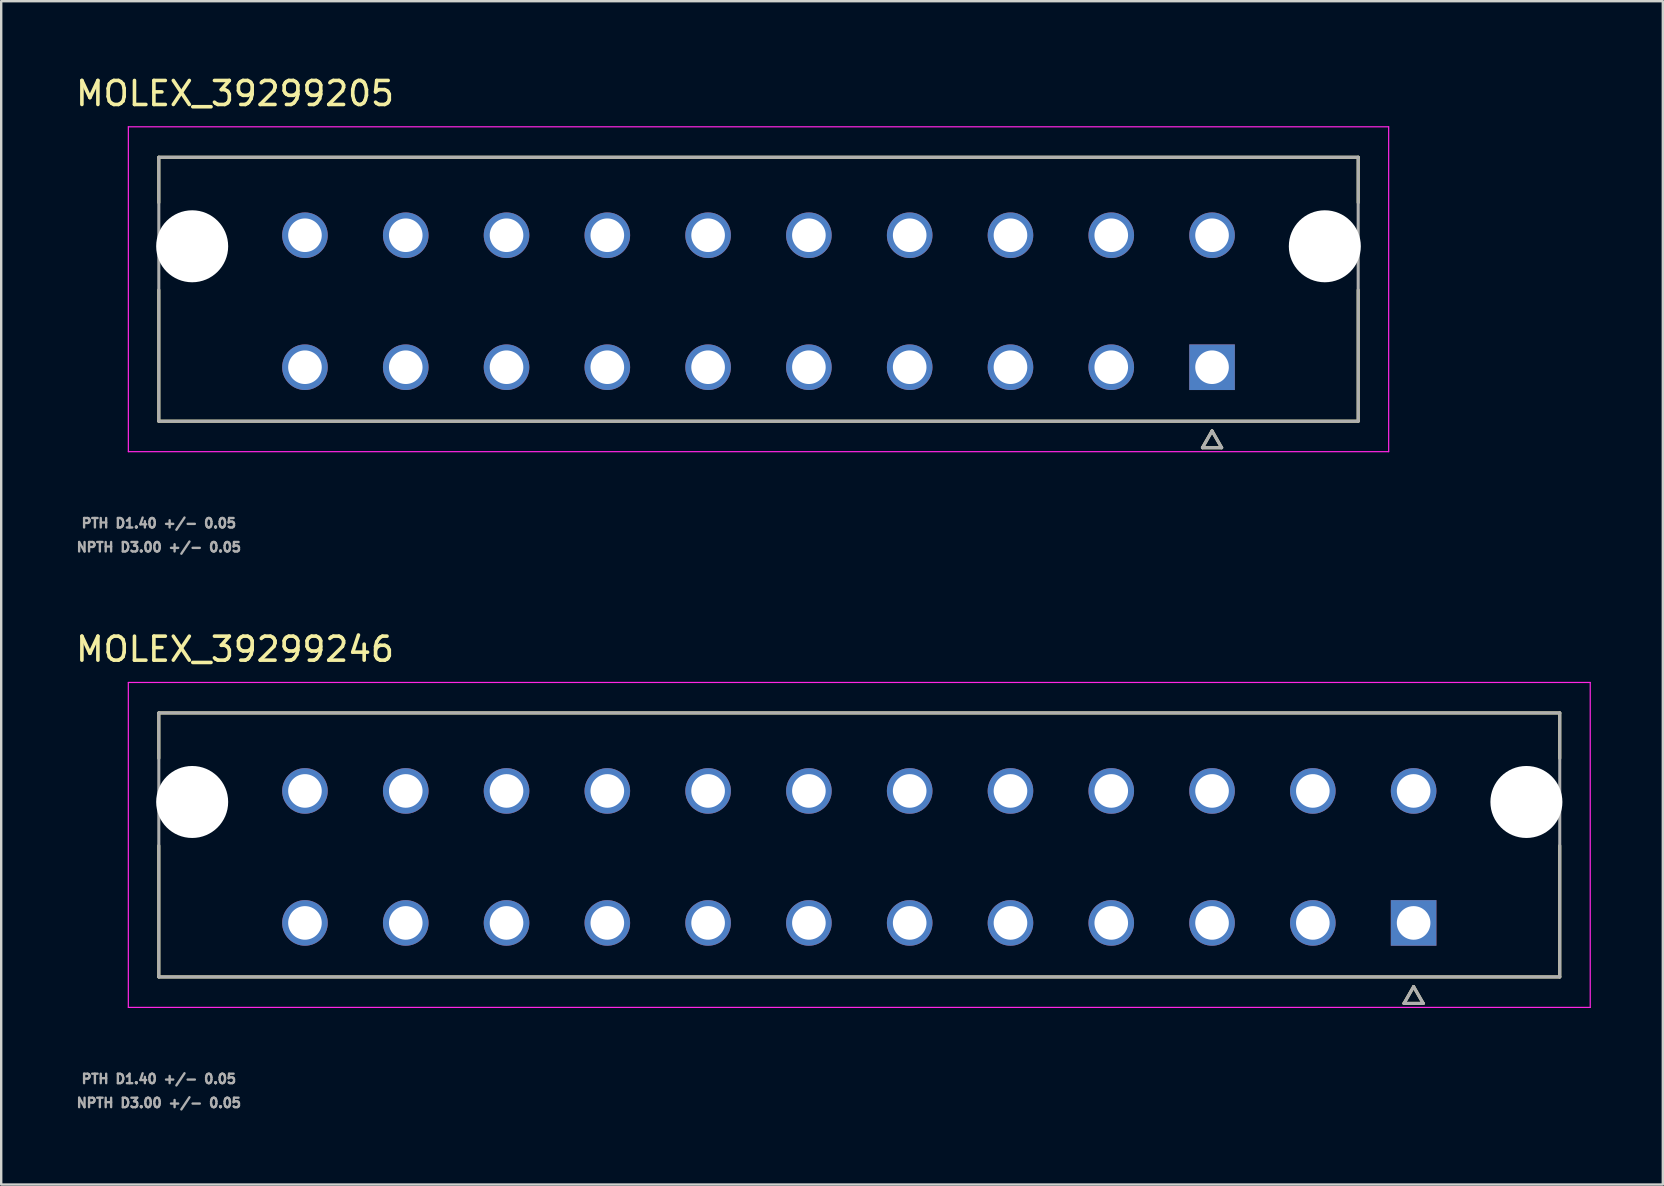
<source format=kicad_pcb>
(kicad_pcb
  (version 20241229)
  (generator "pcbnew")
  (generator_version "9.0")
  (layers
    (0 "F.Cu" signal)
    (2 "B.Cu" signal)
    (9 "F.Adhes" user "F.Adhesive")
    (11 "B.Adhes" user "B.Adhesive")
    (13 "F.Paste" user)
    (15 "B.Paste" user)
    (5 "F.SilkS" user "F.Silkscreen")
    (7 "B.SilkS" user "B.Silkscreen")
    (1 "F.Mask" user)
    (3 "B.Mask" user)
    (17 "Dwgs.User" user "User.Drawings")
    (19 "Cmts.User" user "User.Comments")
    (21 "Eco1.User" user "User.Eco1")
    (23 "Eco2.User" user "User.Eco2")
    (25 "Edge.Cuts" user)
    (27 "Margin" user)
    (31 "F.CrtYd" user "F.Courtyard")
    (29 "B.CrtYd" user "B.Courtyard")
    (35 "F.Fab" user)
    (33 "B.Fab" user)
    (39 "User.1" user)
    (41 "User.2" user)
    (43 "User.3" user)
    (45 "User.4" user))
  (footprint "MOLEX_39299246"
    (layer "F.Cu")
    (at 55.858 35.41)
    (property "Reference" "MOLEX_39299246" (at -49.114 -11.405 0) (layer "F.SilkS") (effects (font (size 1 1) (thickness 0.15))))
    (attr through_hole)
    (fp_circle (center -50.9 -5.04) (end -50.112 -5.04) (stroke (width 1.576) (type solid)) (fill no) (layer "F.Mask"))
    (fp_circle (center -46.2 -5.5) (end -45.687 -5.5) (stroke (width 1.026) (type solid)) (fill no) (layer "F.Mask"))
    (fp_circle (center -46.2 0) (end -45.687 0) (stroke (width 1.026) (type solid)) (fill no) (layer "F.Mask"))
    (fp_circle (center -42 -5.5) (end -41.487 -5.5) (stroke (width 1.026) (type solid)) (fill no) (layer "F.Mask"))
    (fp_circle (center -42 0) (end -41.487 0) (stroke (width 1.026) (type solid)) (fill no) (layer "F.Mask"))
    (fp_circle (center -37.8 -5.5) (end -37.287 -5.5) (stroke (width 1.026) (type solid)) (fill no) (layer "F.Mask"))
    (fp_circle (center -37.8 0) (end -37.287 0) (stroke (width 1.026) (type solid)) (fill no) (layer "F.Mask"))
    (fp_circle (center -33.6 -5.5) (end -33.087 -5.5) (stroke (width 1.026) (type solid)) (fill no) (layer "F.Mask"))
    (fp_circle (center -33.6 0) (end -33.087 0) (stroke (width 1.026) (type solid)) (fill no) (layer "F.Mask"))
    (fp_circle (center -29.4 -5.5) (end -28.887 -5.5) (stroke (width 1.026) (type solid)) (fill no) (layer "F.Mask"))
    (fp_circle (center -29.4 0) (end -28.887 0) (stroke (width 1.026) (type solid)) (fill no) (layer "F.Mask"))
    (fp_circle (center -25.2 -5.5) (end -24.687 -5.5) (stroke (width 1.026) (type solid)) (fill no) (layer "F.Mask"))
    (fp_circle (center -25.2 0) (end -24.687 0) (stroke (width 1.026) (type solid)) (fill no) (layer "F.Mask"))
    (fp_circle (center -21 -5.5) (end -20.487 -5.5) (stroke (width 1.026) (type solid)) (fill no) (layer "F.Mask"))
    (fp_circle (center -21 0) (end -20.487 0) (stroke (width 1.026) (type solid)) (fill no) (layer "F.Mask"))
    (fp_circle (center -16.8 -5.5) (end -16.287 -5.5) (stroke (width 1.026) (type solid)) (fill no) (layer "F.Mask"))
    (fp_circle (center -16.8 0) (end -16.287 0) (stroke (width 1.026) (type solid)) (fill no) (layer "F.Mask"))
    (fp_circle (center -12.6 -5.5) (end -12.087 -5.5) (stroke (width 1.026) (type solid)) (fill no) (layer "F.Mask"))
    (fp_circle (center -12.6 0) (end -12.087 0) (stroke (width 1.026) (type solid)) (fill no) (layer "F.Mask"))
    (fp_circle (center -8.4 -5.5) (end -7.887 -5.5) (stroke (width 1.026) (type solid)) (fill no) (layer "F.Mask"))
    (fp_circle (center -8.4 0) (end -7.887 0) (stroke (width 1.026) (type solid)) (fill no) (layer "F.Mask"))
    (fp_circle (center -4.2 -5.5) (end -3.687 -5.5) (stroke (width 1.026) (type solid)) (fill no) (layer "F.Mask"))
    (fp_circle (center -4.2 0) (end -3.687 0) (stroke (width 1.026) (type solid)) (fill no) (layer "F.Mask"))
    (fp_circle (center 0 -5.5) (end 0.513 -5.5) (stroke (width 1.026) (type solid)) (fill no) (layer "F.Mask"))
    (fp_circle (center 4.7 -5.04) (end 5.488 -5.04) (stroke (width 1.576) (type solid)) (fill no) (layer "F.Mask"))
    (fp_poly (pts (xy -1.026 -1.026) (xy 1.026 -1.026) (xy 1.026 1.026) (xy -1.026 1.026)) (stroke (width 0.01) (type solid)) (fill yes) (layer "F.Mask"))
    (fp_circle (center -50.9 -5.04) (end -50.112 -5.04) (stroke (width 1.576) (type solid)) (fill no) (layer "B.Mask"))
    (fp_circle (center -46.2 -5.5) (end -45.687 -5.5) (stroke (width 1.026) (type solid)) (fill no) (layer "B.Mask"))
    (fp_circle (center -46.2 0) (end -45.687 0) (stroke (width 1.026) (type solid)) (fill no) (layer "B.Mask"))
    (fp_circle (center -42 -5.5) (end -41.487 -5.5) (stroke (width 1.026) (type solid)) (fill no) (layer "B.Mask"))
    (fp_circle (center -42 0) (end -41.487 0) (stroke (width 1.026) (type solid)) (fill no) (layer "B.Mask"))
    (fp_circle (center -37.8 -5.5) (end -37.287 -5.5) (stroke (width 1.026) (type solid)) (fill no) (layer "B.Mask"))
    (fp_circle (center -37.8 0) (end -37.287 0) (stroke (width 1.026) (type solid)) (fill no) (layer "B.Mask"))
    (fp_circle (center -33.6 -5.5) (end -33.087 -5.5) (stroke (width 1.026) (type solid)) (fill no) (layer "B.Mask"))
    (fp_circle (center -33.6 0) (end -33.087 0) (stroke (width 1.026) (type solid)) (fill no) (layer "B.Mask"))
    (fp_circle (center -29.4 -5.5) (end -28.887 -5.5) (stroke (width 1.026) (type solid)) (fill no) (layer "B.Mask"))
    (fp_circle (center -29.4 0) (end -28.887 0) (stroke (width 1.026) (type solid)) (fill no) (layer "B.Mask"))
    (fp_circle (center -25.2 -5.5) (end -24.687 -5.5) (stroke (width 1.026) (type solid)) (fill no) (layer "B.Mask"))
    (fp_circle (center -25.2 0) (end -24.687 0) (stroke (width 1.026) (type solid)) (fill no) (layer "B.Mask"))
    (fp_circle (center -21 -5.5) (end -20.487 -5.5) (stroke (width 1.026) (type solid)) (fill no) (layer "B.Mask"))
    (fp_circle (center -21 0) (end -20.487 0) (stroke (width 1.026) (type solid)) (fill no) (layer "B.Mask"))
    (fp_circle (center -16.8 -5.5) (end -16.287 -5.5) (stroke (width 1.026) (type solid)) (fill no) (layer "B.Mask"))
    (fp_circle (center -16.8 0) (end -16.287 0) (stroke (width 1.026) (type solid)) (fill no) (layer "B.Mask"))
    (fp_circle (center -12.6 -5.5) (end -12.087 -5.5) (stroke (width 1.026) (type solid)) (fill no) (layer "B.Mask"))
    (fp_circle (center -12.6 0) (end -12.087 0) (stroke (width 1.026) (type solid)) (fill no) (layer "B.Mask"))
    (fp_circle (center -8.4 -5.5) (end -7.887 -5.5) (stroke (width 1.026) (type solid)) (fill no) (layer "B.Mask"))
    (fp_circle (center -8.4 0) (end -7.887 0) (stroke (width 1.026) (type solid)) (fill no) (layer "B.Mask"))
    (fp_circle (center -4.2 -5.5) (end -3.687 -5.5) (stroke (width 1.026) (type solid)) (fill no) (layer "B.Mask"))
    (fp_circle (center -4.2 0) (end -3.687 0) (stroke (width 1.026) (type solid)) (fill no) (layer "B.Mask"))
    (fp_circle (center 0 -5.5) (end 0.513 -5.5) (stroke (width 1.026) (type solid)) (fill no) (layer "B.Mask"))
    (fp_circle (center 4.7 -5.04) (end 5.488 -5.04) (stroke (width 1.576) (type solid)) (fill no) (layer "B.Mask"))
    (fp_poly (pts (xy -1.026 -1.026) (xy 1.026 -1.026) (xy 1.026 1.026) (xy -1.026 1.026)) (stroke (width 0.01) (type solid)) (fill yes) (layer "B.Mask"))
    (fp_line (start -52.29 -8.75) (end 6.09 -8.75) (stroke (width 0.127) (type solid)) (layer "F.SilkS"))
    (fp_line (start -52.29 -6.86) (end -52.29 -8.75) (stroke (width 0.127) (type solid)) (layer "F.SilkS"))
    (fp_line (start -52.29 2.25) (end -52.29 -3.22) (stroke (width 0.127) (type solid)) (layer "F.SilkS"))
    (fp_line (start -0.4 3.354) (end 0.4 3.354) (stroke (width 0.127) (type solid)) (layer "F.SilkS"))
    (fp_line (start 0 2.654) (end -0.4 3.354) (stroke (width 0.127) (type solid)) (layer "F.SilkS"))
    (fp_line (start 0.4 3.354) (end 0 2.654) (stroke (width 0.127) (type solid)) (layer "F.SilkS"))
    (fp_line (start 6.09 -8.75) (end 6.09 -6.86) (stroke (width 0.127) (type solid)) (layer "F.SilkS"))
    (fp_line (start 6.09 2.25) (end -52.29 2.25) (stroke (width 0.127) (type solid)) (layer "F.SilkS"))
    (fp_line (start 6.09 2.25) (end 6.09 -3.22) (stroke (width 0.127) (type solid)) (layer "F.SilkS"))
    (fp_line (start -53.56 -10.02) (end 7.36 -10.02) (stroke (width 0.05) (type solid)) (layer "F.CrtYd"))
    (fp_line (start -53.56 3.52) (end -53.56 -10.02) (stroke (width 0.05) (type solid)) (layer "F.CrtYd"))
    (fp_line (start 7.36 -10.02) (end 7.36 3.52) (stroke (width 0.05) (type solid)) (layer "F.CrtYd"))
    (fp_line (start 7.36 3.52) (end -53.56 3.52) (stroke (width 0.05) (type solid)) (layer "F.CrtYd"))
    (fp_line (start -52.29 -8.75) (end 6.09 -8.75) (stroke (width 0.127) (type solid)) (layer "F.Fab"))
    (fp_line (start -52.29 2.25) (end -52.29 -8.75) (stroke (width 0.127) (type solid)) (layer "F.Fab"))
    (fp_line (start -0.4 3.354) (end 0.4 3.354) (stroke (width 0.127) (type solid)) (layer "F.Fab"))
    (fp_line (start 0 2.654) (end -0.4 3.354) (stroke (width 0.127) (type solid)) (layer "F.Fab"))
    (fp_line (start 0.4 3.354) (end 0 2.654) (stroke (width 0.127) (type solid)) (layer "F.Fab"))
    (fp_line (start 6.09 -8.75) (end 6.09 2.25) (stroke (width 0.127) (type solid)) (layer "F.Fab"))
    (fp_line (start 6.09 2.25) (end -52.29 2.25) (stroke (width 0.127) (type solid)) (layer "F.Fab"))
    (fp_text user "PTH D1.40 +/- 0.05" (at -52.289 6.5 0) (layer "F.Fab") (effects (font (size 0.394 0.394) (thickness 0.15))))
    (fp_text user "NPTH D3.00 +/- 0.05" (at -52.289 7.5 0) (layer "F.Fab") (effects (font (size 0.394 0.394) (thickness 0.15))))
    (pad "" np_thru_hole circle (at -50.9 -5.04) (size 3 3) (drill 3) (layers "*.Cu" "*.Mask"))
    (pad "" np_thru_hole circle (at 4.7 -5.04) (size 3 3) (drill 3) (layers "*.Cu" "*.Mask"))
    (pad "1" thru_hole rect (at 0 0) (size 1.9 1.9) (drill 1.4) (layers "*.Cu"))
    (pad "2" thru_hole circle (at -4.2 0) (size 1.9 1.9) (drill 1.4) (layers "*.Cu"))
    (pad "3" thru_hole circle (at -8.4 0) (size 1.9 1.9) (drill 1.4) (layers "*.Cu"))
    (pad "4" thru_hole circle (at -12.6 0) (size 1.9 1.9) (drill 1.4) (layers "*.Cu"))
    (pad "5" thru_hole circle (at -16.8 0) (size 1.9 1.9) (drill 1.4) (layers "*.Cu"))
    (pad "6" thru_hole circle (at -21 0) (size 1.9 1.9) (drill 1.4) (layers "*.Cu"))
    (pad "7" thru_hole circle (at -25.2 0) (size 1.9 1.9) (drill 1.4) (layers "*.Cu"))
    (pad "8" thru_hole circle (at -29.4 0) (size 1.9 1.9) (drill 1.4) (layers "*.Cu"))
    (pad "9" thru_hole circle (at -33.6 0) (size 1.9 1.9) (drill 1.4) (layers "*.Cu"))
    (pad "10" thru_hole circle (at -37.8 0) (size 1.9 1.9) (drill 1.4) (layers "*.Cu"))
    (pad "11" thru_hole circle (at -42 0) (size 1.9 1.9) (drill 1.4) (layers "*.Cu"))
    (pad "12" thru_hole circle (at -46.2 0) (size 1.9 1.9) (drill 1.4) (layers "*.Cu"))
    (pad "13" thru_hole circle (at 0 -5.5) (size 1.9 1.9) (drill 1.4) (layers "*.Cu"))
    (pad "14" thru_hole circle (at -4.2 -5.5) (size 1.9 1.9) (drill 1.4) (layers "*.Cu"))
    (pad "15" thru_hole circle (at -8.4 -5.5) (size 1.9 1.9) (drill 1.4) (layers "*.Cu"))
    (pad "16" thru_hole circle (at -12.6 -5.5) (size 1.9 1.9) (drill 1.4) (layers "*.Cu"))
    (pad "17" thru_hole circle (at -16.8 -5.5) (size 1.9 1.9) (drill 1.4) (layers "*.Cu"))
    (pad "18" thru_hole circle (at -21 -5.5) (size 1.9 1.9) (drill 1.4) (layers "*.Cu"))
    (pad "19" thru_hole circle (at -25.2 -5.5) (size 1.9 1.9) (drill 1.4) (layers "*.Cu"))
    (pad "20" thru_hole circle (at -29.4 -5.5) (size 1.9 1.9) (drill 1.4) (layers "*.Cu"))
    (pad "21" thru_hole circle (at -33.6 -5.5) (size 1.9 1.9) (drill 1.4) (layers "*.Cu"))
    (pad "22" thru_hole circle (at -37.8 -5.5) (size 1.9 1.9) (drill 1.4) (layers "*.Cu"))
    (pad "23" thru_hole circle (at -42 -5.5) (size 1.9 1.9) (drill 1.4) (layers "*.Cu"))
    (pad "24" thru_hole circle (at -46.2 -5.5) (size 1.9 1.9) (drill 1.4) (layers "*.Cu")))
  (footprint "MOLEX_39299205"
    (layer "F.Cu")
    (at 47.458 12.253)
    (property "Reference" "MOLEX_39299205" (at -40.714 -11.405 0) (layer "F.SilkS") (effects (font (size 1 1) (thickness 0.15))))
    (attr through_hole)
    (fp_circle (center -42.5 -5.04) (end -41.712 -5.04) (stroke (width 1.576) (type solid)) (fill no) (layer "F.Mask"))
    (fp_circle (center -37.8 -5.5) (end -37.287 -5.5) (stroke (width 1.026) (type solid)) (fill no) (layer "F.Mask"))
    (fp_circle (center -37.8 0) (end -37.287 0) (stroke (width 1.026) (type solid)) (fill no) (layer "F.Mask"))
    (fp_circle (center -33.6 -5.5) (end -33.087 -5.5) (stroke (width 1.026) (type solid)) (fill no) (layer "F.Mask"))
    (fp_circle (center -33.6 0) (end -33.087 0) (stroke (width 1.026) (type solid)) (fill no) (layer "F.Mask"))
    (fp_circle (center -29.4 -5.5) (end -28.887 -5.5) (stroke (width 1.026) (type solid)) (fill no) (layer "F.Mask"))
    (fp_circle (center -29.4 0) (end -28.887 0) (stroke (width 1.026) (type solid)) (fill no) (layer "F.Mask"))
    (fp_circle (center -25.2 -5.5) (end -24.687 -5.5) (stroke (width 1.026) (type solid)) (fill no) (layer "F.Mask"))
    (fp_circle (center -25.2 0) (end -24.687 0) (stroke (width 1.026) (type solid)) (fill no) (layer "F.Mask"))
    (fp_circle (center -21 -5.5) (end -20.487 -5.5) (stroke (width 1.026) (type solid)) (fill no) (layer "F.Mask"))
    (fp_circle (center -21 0) (end -20.487 0) (stroke (width 1.026) (type solid)) (fill no) (layer "F.Mask"))
    (fp_circle (center -16.8 -5.5) (end -16.287 -5.5) (stroke (width 1.026) (type solid)) (fill no) (layer "F.Mask"))
    (fp_circle (center -16.8 0) (end -16.287 0) (stroke (width 1.026) (type solid)) (fill no) (layer "F.Mask"))
    (fp_circle (center -12.6 -5.5) (end -12.087 -5.5) (stroke (width 1.026) (type solid)) (fill no) (layer "F.Mask"))
    (fp_circle (center -12.6 0) (end -12.087 0) (stroke (width 1.026) (type solid)) (fill no) (layer "F.Mask"))
    (fp_circle (center -8.4 -5.5) (end -7.887 -5.5) (stroke (width 1.026) (type solid)) (fill no) (layer "F.Mask"))
    (fp_circle (center -8.4 0) (end -7.887 0) (stroke (width 1.026) (type solid)) (fill no) (layer "F.Mask"))
    (fp_circle (center -4.2 -5.5) (end -3.687 -5.5) (stroke (width 1.026) (type solid)) (fill no) (layer "F.Mask"))
    (fp_circle (center -4.2 0) (end -3.687 0) (stroke (width 1.026) (type solid)) (fill no) (layer "F.Mask"))
    (fp_circle (center 0 -5.5) (end 0.513 -5.5) (stroke (width 1.026) (type solid)) (fill no) (layer "F.Mask"))
    (fp_circle (center 4.7 -5.04) (end 5.488 -5.04) (stroke (width 1.576) (type solid)) (fill no) (layer "F.Mask"))
    (fp_poly (pts (xy -1.026 -1.026) (xy 1.026 -1.026) (xy 1.026 1.026) (xy -1.026 1.026)) (stroke (width 0.01) (type solid)) (fill yes) (layer "F.Mask"))
    (fp_circle (center -42.5 -5.04) (end -41.712 -5.04) (stroke (width 1.576) (type solid)) (fill no) (layer "B.Mask"))
    (fp_circle (center -37.8 -5.5) (end -37.287 -5.5) (stroke (width 1.026) (type solid)) (fill no) (layer "B.Mask"))
    (fp_circle (center -37.8 0) (end -37.287 0) (stroke (width 1.026) (type solid)) (fill no) (layer "B.Mask"))
    (fp_circle (center -33.6 -5.5) (end -33.087 -5.5) (stroke (width 1.026) (type solid)) (fill no) (layer "B.Mask"))
    (fp_circle (center -33.6 0) (end -33.087 0) (stroke (width 1.026) (type solid)) (fill no) (layer "B.Mask"))
    (fp_circle (center -29.4 -5.5) (end -28.887 -5.5) (stroke (width 1.026) (type solid)) (fill no) (layer "B.Mask"))
    (fp_circle (center -29.4 0) (end -28.887 0) (stroke (width 1.026) (type solid)) (fill no) (layer "B.Mask"))
    (fp_circle (center -25.2 -5.5) (end -24.687 -5.5) (stroke (width 1.026) (type solid)) (fill no) (layer "B.Mask"))
    (fp_circle (center -25.2 0) (end -24.687 0) (stroke (width 1.026) (type solid)) (fill no) (layer "B.Mask"))
    (fp_circle (center -21 -5.5) (end -20.487 -5.5) (stroke (width 1.026) (type solid)) (fill no) (layer "B.Mask"))
    (fp_circle (center -21 0) (end -20.487 0) (stroke (width 1.026) (type solid)) (fill no) (layer "B.Mask"))
    (fp_circle (center -16.8 -5.5) (end -16.287 -5.5) (stroke (width 1.026) (type solid)) (fill no) (layer "B.Mask"))
    (fp_circle (center -16.8 0) (end -16.287 0) (stroke (width 1.026) (type solid)) (fill no) (layer "B.Mask"))
    (fp_circle (center -12.6 -5.5) (end -12.087 -5.5) (stroke (width 1.026) (type solid)) (fill no) (layer "B.Mask"))
    (fp_circle (center -12.6 0) (end -12.087 0) (stroke (width 1.026) (type solid)) (fill no) (layer "B.Mask"))
    (fp_circle (center -8.4 -5.5) (end -7.887 -5.5) (stroke (width 1.026) (type solid)) (fill no) (layer "B.Mask"))
    (fp_circle (center -8.4 0) (end -7.887 0) (stroke (width 1.026) (type solid)) (fill no) (layer "B.Mask"))
    (fp_circle (center -4.2 -5.5) (end -3.687 -5.5) (stroke (width 1.026) (type solid)) (fill no) (layer "B.Mask"))
    (fp_circle (center -4.2 0) (end -3.687 0) (stroke (width 1.026) (type solid)) (fill no) (layer "B.Mask"))
    (fp_circle (center 0 -5.5) (end 0.513 -5.5) (stroke (width 1.026) (type solid)) (fill no) (layer "B.Mask"))
    (fp_circle (center 4.7 -5.04) (end 5.488 -5.04) (stroke (width 1.576) (type solid)) (fill no) (layer "B.Mask"))
    (fp_poly (pts (xy -1.026 -1.026) (xy 1.026 -1.026) (xy 1.026 1.026) (xy -1.026 1.026)) (stroke (width 0.01) (type solid)) (fill yes) (layer "B.Mask"))
    (fp_line (start -43.89 -8.75) (end 6.09 -8.75) (stroke (width 0.127) (type solid)) (layer "F.SilkS"))
    (fp_line (start -43.89 -6.86) (end -43.89 -8.75) (stroke (width 0.127) (type solid)) (layer "F.SilkS"))
    (fp_line (start -43.89 2.25) (end -43.89 -3.22) (stroke (width 0.127) (type solid)) (layer "F.SilkS"))
    (fp_line (start -0.4 3.354) (end 0.4 3.354) (stroke (width 0.127) (type solid)) (layer "F.SilkS"))
    (fp_line (start 0 2.654) (end -0.4 3.354) (stroke (width 0.127) (type solid)) (layer "F.SilkS"))
    (fp_line (start 0.4 3.354) (end 0 2.654) (stroke (width 0.127) (type solid)) (layer "F.SilkS"))
    (fp_line (start 6.09 -8.75) (end 6.09 -6.86) (stroke (width 0.127) (type solid)) (layer "F.SilkS"))
    (fp_line (start 6.09 2.25) (end -43.89 2.25) (stroke (width 0.127) (type solid)) (layer "F.SilkS"))
    (fp_line (start 6.09 2.25) (end 6.09 -3.22) (stroke (width 0.127) (type solid)) (layer "F.SilkS"))
    (fp_line (start -45.159 -10.02) (end 7.36 -10.02) (stroke (width 0.05) (type solid)) (layer "F.CrtYd"))
    (fp_line (start -45.159 3.52) (end -45.159 -10.02) (stroke (width 0.05) (type solid)) (layer "F.CrtYd"))
    (fp_line (start 7.36 -10.02) (end 7.36 3.52) (stroke (width 0.05) (type solid)) (layer "F.CrtYd"))
    (fp_line (start 7.36 3.52) (end -45.159 3.52) (stroke (width 0.05) (type solid)) (layer "F.CrtYd"))
    (fp_line (start -43.89 -8.75) (end 6.09 -8.75) (stroke (width 0.127) (type solid)) (layer "F.Fab"))
    (fp_line (start -43.89 2.25) (end -43.89 -8.75) (stroke (width 0.127) (type solid)) (layer "F.Fab"))
    (fp_line (start -0.4 3.354) (end 0.4 3.354) (stroke (width 0.127) (type solid)) (layer "F.Fab"))
    (fp_line (start 0 2.654) (end -0.4 3.354) (stroke (width 0.127) (type solid)) (layer "F.Fab"))
    (fp_line (start 0.4 3.354) (end 0 2.654) (stroke (width 0.127) (type solid)) (layer "F.Fab"))
    (fp_line (start 6.09 -8.75) (end 6.09 2.25) (stroke (width 0.127) (type solid)) (layer "F.Fab"))
    (fp_line (start 6.09 2.25) (end -43.89 2.25) (stroke (width 0.127) (type solid)) (layer "F.Fab"))
    (fp_text user "NPTH D3.00 +/- 0.05" (at -43.889 7.5 0) (layer "F.Fab") (effects (font (size 0.394 0.394) (thickness 0.15))))
    (fp_text user "PTH D1.40 +/- 0.05" (at -43.889 6.5 0) (layer "F.Fab") (effects (font (size 0.394 0.394) (thickness 0.15))))
    (pad "" np_thru_hole circle (at -42.5 -5.04) (size 3 3) (drill 3) (layers "*.Cu" "*.Mask"))
    (pad "" np_thru_hole circle (at 4.7 -5.04) (size 3 3) (drill 3) (layers "*.Cu" "*.Mask"))
    (pad "1" thru_hole rect (at 0 0) (size 1.9 1.9) (drill 1.4) (layers "*.Cu"))
    (pad "2" thru_hole circle (at -4.2 0) (size 1.9 1.9) (drill 1.4) (layers "*.Cu"))
    (pad "3" thru_hole circle (at -8.4 0) (size 1.9 1.9) (drill 1.4) (layers "*.Cu"))
    (pad "4" thru_hole circle (at -12.6 0) (size 1.9 1.9) (drill 1.4) (layers "*.Cu"))
    (pad "5" thru_hole circle (at -16.8 0) (size 1.9 1.9) (drill 1.4) (layers "*.Cu"))
    (pad "6" thru_hole circle (at -21 0) (size 1.9 1.9) (drill 1.4) (layers "*.Cu"))
    (pad "7" thru_hole circle (at -25.2 0) (size 1.9 1.9) (drill 1.4) (layers "*.Cu"))
    (pad "8" thru_hole circle (at -29.4 0) (size 1.9 1.9) (drill 1.4) (layers "*.Cu"))
    (pad "9" thru_hole circle (at -33.6 0) (size 1.9 1.9) (drill 1.4) (layers "*.Cu"))
    (pad "10" thru_hole circle (at -37.8 0) (size 1.9 1.9) (drill 1.4) (layers "*.Cu"))
    (pad "11" thru_hole circle (at 0 -5.5) (size 1.9 1.9) (drill 1.4) (layers "*.Cu"))
    (pad "12" thru_hole circle (at -4.2 -5.5) (size 1.9 1.9) (drill 1.4) (layers "*.Cu"))
    (pad "13" thru_hole circle (at -8.4 -5.5) (size 1.9 1.9) (drill 1.4) (layers "*.Cu"))
    (pad "14" thru_hole circle (at -12.6 -5.5) (size 1.9 1.9) (drill 1.4) (layers "*.Cu"))
    (pad "15" thru_hole circle (at -16.8 -5.5) (size 1.9 1.9) (drill 1.4) (layers "*.Cu"))
    (pad "16" thru_hole circle (at -21 -5.5) (size 1.9 1.9) (drill 1.4) (layers "*.Cu"))
    (pad "17" thru_hole circle (at -25.2 -5.5) (size 1.9 1.9) (drill 1.4) (layers "*.Cu"))
    (pad "18" thru_hole circle (at -29.4 -5.5) (size 1.9 1.9) (drill 1.4) (layers "*.Cu"))
    (pad "19" thru_hole circle (at -33.6 -5.5) (size 1.9 1.9) (drill 1.4) (layers "*.Cu"))
    (pad "20" thru_hole circle (at -37.8 -5.5) (size 1.9 1.9) (drill 1.4) (layers "*.Cu")))
  (gr_rect
    (start -3 -3)
    (end 66.243 46.313)
    (stroke (width 0.1) (type default))
    (fill no)
    (layer "Edge.Cuts")))
</source>
